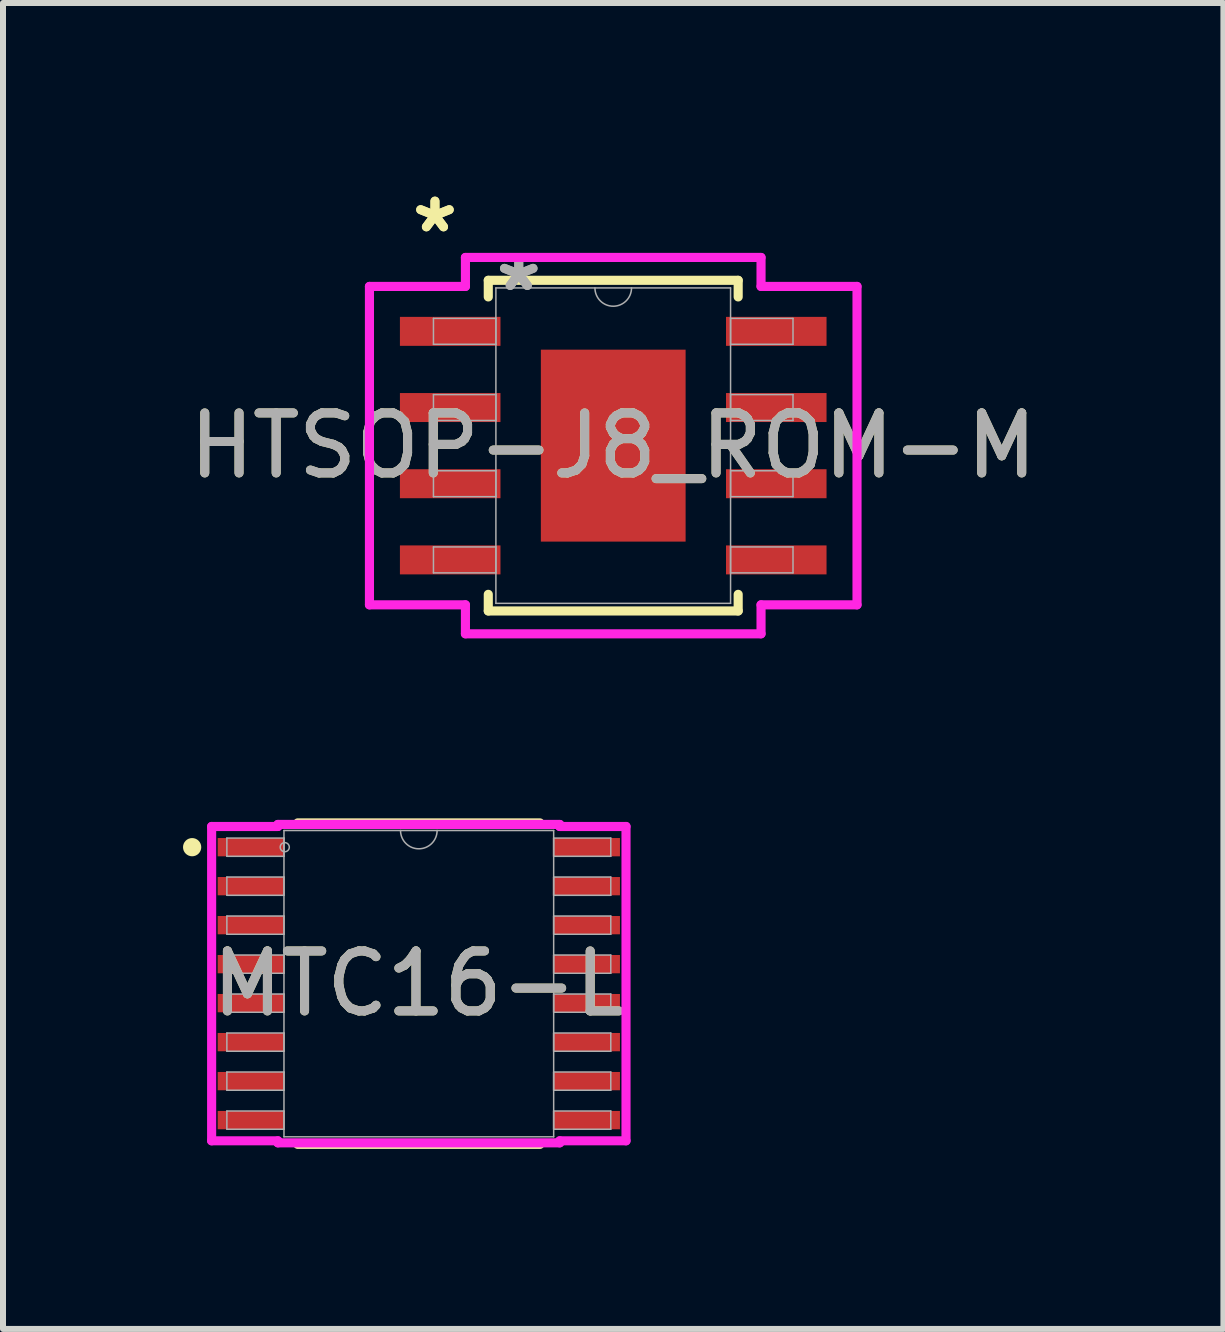
<source format=kicad_pcb>
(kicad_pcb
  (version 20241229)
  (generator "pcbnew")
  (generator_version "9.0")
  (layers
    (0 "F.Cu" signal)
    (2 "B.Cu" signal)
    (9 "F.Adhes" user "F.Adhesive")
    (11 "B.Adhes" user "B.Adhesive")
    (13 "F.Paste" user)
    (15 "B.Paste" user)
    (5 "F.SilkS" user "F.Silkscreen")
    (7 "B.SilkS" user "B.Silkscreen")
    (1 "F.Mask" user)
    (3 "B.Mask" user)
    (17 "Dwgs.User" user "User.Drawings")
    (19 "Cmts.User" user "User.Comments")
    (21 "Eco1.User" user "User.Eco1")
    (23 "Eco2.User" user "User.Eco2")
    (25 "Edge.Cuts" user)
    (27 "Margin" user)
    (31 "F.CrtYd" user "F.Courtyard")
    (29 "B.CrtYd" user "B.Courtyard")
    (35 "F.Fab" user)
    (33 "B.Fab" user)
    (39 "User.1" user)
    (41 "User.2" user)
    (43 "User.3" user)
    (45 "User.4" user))
  (footprint "HTSOP-J8_ROM-M"
    (layer "F.Cu")
    (at 7.173 4.379)
    (property "Reference" "HTSOP-J8_ROM-M" (at 0 0 0) (unlocked yes) (layer "F.SilkS") (effects (font (size 1 1) (thickness 0.15))))
    (attr smd)
    (fp_line (start -2.083 -2.756) (end -2.083 -2.479) (stroke (width 0.152) (type solid)) (layer "F.SilkS"))
    (fp_line (start -2.083 2.479) (end -2.083 2.756) (stroke (width 0.152) (type solid)) (layer "F.SilkS"))
    (fp_line (start -2.083 2.756) (end 2.083 2.756) (stroke (width 0.152) (type solid)) (layer "F.SilkS"))
    (fp_line (start 2.083 -2.756) (end -2.083 -2.756) (stroke (width 0.152) (type solid)) (layer "F.SilkS"))
    (fp_line (start 2.083 -2.479) (end 2.083 -2.756) (stroke (width 0.152) (type solid)) (layer "F.SilkS"))
    (fp_line (start 2.083 2.756) (end 2.083 2.479) (stroke (width 0.152) (type solid)) (layer "F.SilkS"))
    (fp_poly (pts (xy -1.107 -1.5) (xy -1.107 -0.1) (xy 1.107 -0.1) (xy 1.107 -1.5)) (stroke (width 0) (type solid)) (fill yes) (layer "F.Paste"))
    (fp_poly (pts (xy -1.107 0.1) (xy -1.107 1.5) (xy 1.107 1.5) (xy 1.107 0.1)) (stroke (width 0) (type solid)) (fill yes) (layer "F.Paste"))
    (fp_line (start -4.064 -2.654) (end -2.464 -2.654) (stroke (width 0.152) (type solid)) (layer "F.CrtYd"))
    (fp_line (start -4.064 2.654) (end -4.064 -2.654) (stroke (width 0.152) (type solid)) (layer "F.CrtYd"))
    (fp_line (start -4.064 2.654) (end -2.464 2.654) (stroke (width 0.152) (type solid)) (layer "F.CrtYd"))
    (fp_line (start -2.464 -3.137) (end 2.464 -3.137) (stroke (width 0.152) (type solid)) (layer "F.CrtYd"))
    (fp_line (start -2.464 -2.654) (end -2.464 -3.137) (stroke (width 0.152) (type solid)) (layer "F.CrtYd"))
    (fp_line (start -2.464 3.137) (end -2.464 2.654) (stroke (width 0.152) (type solid)) (layer "F.CrtYd"))
    (fp_line (start 2.464 -3.137) (end 2.464 -2.654) (stroke (width 0.152) (type solid)) (layer "F.CrtYd"))
    (fp_line (start 2.464 2.654) (end 2.464 3.137) (stroke (width 0.152) (type solid)) (layer "F.CrtYd"))
    (fp_line (start 2.464 3.137) (end -2.464 3.137) (stroke (width 0.152) (type solid)) (layer "F.CrtYd"))
    (fp_line (start 4.064 -2.654) (end 2.464 -2.654) (stroke (width 0.152) (type solid)) (layer "F.CrtYd"))
    (fp_line (start 4.064 -2.654) (end 4.064 2.654) (stroke (width 0.152) (type solid)) (layer "F.CrtYd"))
    (fp_line (start 4.064 2.654) (end 2.464 2.654) (stroke (width 0.152) (type solid)) (layer "F.CrtYd"))
    (fp_line (start -2.997 -2.121) (end -2.997 -1.689) (stroke (width 0.025) (type solid)) (layer "F.Fab"))
    (fp_line (start -2.997 -1.689) (end -1.956 -1.689) (stroke (width 0.025) (type solid)) (layer "F.Fab"))
    (fp_line (start -2.997 -0.851) (end -2.997 -0.419) (stroke (width 0.025) (type solid)) (layer "F.Fab"))
    (fp_line (start -2.997 -0.419) (end -1.956 -0.419) (stroke (width 0.025) (type solid)) (layer "F.Fab"))
    (fp_line (start -2.997 0.419) (end -2.997 0.851) (stroke (width 0.025) (type solid)) (layer "F.Fab"))
    (fp_line (start -2.997 0.851) (end -1.956 0.851) (stroke (width 0.025) (type solid)) (layer "F.Fab"))
    (fp_line (start -2.997 1.689) (end -2.997 2.121) (stroke (width 0.025) (type solid)) (layer "F.Fab"))
    (fp_line (start -2.997 2.121) (end -1.956 2.121) (stroke (width 0.025) (type solid)) (layer "F.Fab"))
    (fp_line (start -1.956 -2.629) (end -1.956 2.629) (stroke (width 0.025) (type solid)) (layer "F.Fab"))
    (fp_line (start -1.956 -2.121) (end -2.997 -2.121) (stroke (width 0.025) (type solid)) (layer "F.Fab"))
    (fp_line (start -1.956 -1.689) (end -1.956 -2.121) (stroke (width 0.025) (type solid)) (layer "F.Fab"))
    (fp_line (start -1.956 -0.851) (end -2.997 -0.851) (stroke (width 0.025) (type solid)) (layer "F.Fab"))
    (fp_line (start -1.956 -0.419) (end -1.956 -0.851) (stroke (width 0.025) (type solid)) (layer "F.Fab"))
    (fp_line (start -1.956 0.419) (end -2.997 0.419) (stroke (width 0.025) (type solid)) (layer "F.Fab"))
    (fp_line (start -1.956 0.851) (end -1.956 0.419) (stroke (width 0.025) (type solid)) (layer "F.Fab"))
    (fp_line (start -1.956 1.689) (end -2.997 1.689) (stroke (width 0.025) (type solid)) (layer "F.Fab"))
    (fp_line (start -1.956 2.121) (end -1.956 1.689) (stroke (width 0.025) (type solid)) (layer "F.Fab"))
    (fp_line (start -1.956 2.629) (end 1.956 2.629) (stroke (width 0.025) (type solid)) (layer "F.Fab"))
    (fp_line (start 1.956 -2.629) (end -1.956 -2.629) (stroke (width 0.025) (type solid)) (layer "F.Fab"))
    (fp_line (start 1.956 -2.121) (end 1.956 -1.689) (stroke (width 0.025) (type solid)) (layer "F.Fab"))
    (fp_line (start 1.956 -1.689) (end 2.997 -1.689) (stroke (width 0.025) (type solid)) (layer "F.Fab"))
    (fp_line (start 1.956 -0.851) (end 1.956 -0.419) (stroke (width 0.025) (type solid)) (layer "F.Fab"))
    (fp_line (start 1.956 -0.419) (end 2.997 -0.419) (stroke (width 0.025) (type solid)) (layer "F.Fab"))
    (fp_line (start 1.956 0.419) (end 1.956 0.851) (stroke (width 0.025) (type solid)) (layer "F.Fab"))
    (fp_line (start 1.956 0.851) (end 2.997 0.851) (stroke (width 0.025) (type solid)) (layer "F.Fab"))
    (fp_line (start 1.956 1.689) (end 1.956 2.121) (stroke (width 0.025) (type solid)) (layer "F.Fab"))
    (fp_line (start 1.956 2.121) (end 2.997 2.121) (stroke (width 0.025) (type solid)) (layer "F.Fab"))
    (fp_line (start 1.956 2.629) (end 1.956 -2.629) (stroke (width 0.025) (type solid)) (layer "F.Fab"))
    (fp_line (start 2.997 -2.121) (end 1.956 -2.121) (stroke (width 0.025) (type solid)) (layer "F.Fab"))
    (fp_line (start 2.997 -1.689) (end 2.997 -2.121) (stroke (width 0.025) (type solid)) (layer "F.Fab"))
    (fp_line (start 2.997 -0.851) (end 1.956 -0.851) (stroke (width 0.025) (type solid)) (layer "F.Fab"))
    (fp_line (start 2.997 -0.419) (end 2.997 -0.851) (stroke (width 0.025) (type solid)) (layer "F.Fab"))
    (fp_line (start 2.997 0.419) (end 1.956 0.419) (stroke (width 0.025) (type solid)) (layer "F.Fab"))
    (fp_line (start 2.997 0.851) (end 2.997 0.419) (stroke (width 0.025) (type solid)) (layer "F.Fab"))
    (fp_line (start 2.997 1.689) (end 1.956 1.689) (stroke (width 0.025) (type solid)) (layer "F.Fab"))
    (fp_line (start 2.997 2.121) (end 2.997 1.689) (stroke (width 0.025) (type solid)) (layer "F.Fab"))
    (fp_arc (start 0.3048 -2.6289) (mid 0 -2.3241) (end -0.3048 -2.6289) (stroke (width 0.0254) (type solid)) (layer "F.Fab"))
    (fp_text user "*" (at -2.972 -3.531 0) (layer "F.SilkS") (effects (font (size 1 1) (thickness 0.15))))
    (fp_text user "*" (at -2.972 -3.531 0) (unlocked yes) (layer "F.SilkS") (effects (font (size 1 1) (thickness 0.15))))
    (fp_text user "${REFERENCE}" (at 0 0 0) (unlocked yes) (layer "F.Fab") (effects (font (size 1 1) (thickness 0.15))))
    (fp_text user "*" (at -1.575 -2.553 0) (unlocked yes) (layer "F.Fab") (effects (font (size 1 1) (thickness 0.15))))
    (fp_text user "*" (at -1.575 -2.553 0) (layer "F.Fab") (effects (font (size 1 1) (thickness 0.15))))
    (pad "1" smd rect (at -2.718 -1.905) (size 1.676 0.483) (layers "F.Cu" "F.Mask" "F.Paste"))
    (pad "2" smd rect (at -2.718 -0.635) (size 1.676 0.483) (layers "F.Cu" "F.Mask" "F.Paste"))
    (pad "3" smd rect (at -2.718 0.635) (size 1.676 0.483) (layers "F.Cu" "F.Mask" "F.Paste"))
    (pad "4" smd rect (at -2.718 1.905) (size 1.676 0.483) (layers "F.Cu" "F.Mask" "F.Paste"))
    (pad "5" smd rect (at 2.718 1.905) (size 1.676 0.483) (layers "F.Cu" "F.Mask" "F.Paste"))
    (pad "6" smd rect (at 2.718 0.635) (size 1.676 0.483) (layers "F.Cu" "F.Mask" "F.Paste"))
    (pad "7" smd rect (at 2.718 -0.635) (size 1.676 0.483) (layers "F.Cu" "F.Mask" "F.Paste"))
    (pad "8" smd rect (at 2.718 -1.905) (size 1.676 0.483) (layers "F.Cu" "F.Mask" "F.Paste"))
    (pad "EPAD" smd rect (at 0 0) (size 2.413 3.2) (layers "F.Cu" "F.Mask")))
  (footprint "MTC16-L"
    (layer "F.Cu")
    (at 3.932 13.348)
    (property "Reference" "MTC16-L" (at 0 0 0) (unlocked yes) (layer "F.SilkS") (effects (font (size 1 1) (thickness 0.15))))
    (attr smd)
    (fp_line (start -2.018 2.68) (end 2.018 2.68) (stroke (width 0.152) (type solid)) (layer "F.SilkS"))
    (fp_line (start 2.018 -2.68) (end -2.018 -2.68) (stroke (width 0.152) (type solid)) (layer "F.SilkS"))
    (fp_circle (center -3.779 -2.275) (end -3.703 -2.275) (stroke (width 0.152) (type solid)) (fill no) (layer "F.SilkS"))
    (fp_line (start -3.454 -2.62) (end -2.349 -2.62) (stroke (width 0.152) (type solid)) (layer "F.CrtYd"))
    (fp_line (start -3.454 2.62) (end -3.454 -2.62) (stroke (width 0.152) (type solid)) (layer "F.CrtYd"))
    (fp_line (start -3.454 2.62) (end -2.349 2.62) (stroke (width 0.152) (type solid)) (layer "F.CrtYd"))
    (fp_line (start -2.349 -2.654) (end 2.349 -2.654) (stroke (width 0.152) (type solid)) (layer "F.CrtYd"))
    (fp_line (start -2.349 -2.62) (end -2.349 -2.654) (stroke (width 0.152) (type solid)) (layer "F.CrtYd"))
    (fp_line (start -2.349 2.654) (end -2.349 2.62) (stroke (width 0.152) (type solid)) (layer "F.CrtYd"))
    (fp_line (start 2.349 -2.654) (end 2.349 -2.62) (stroke (width 0.152) (type solid)) (layer "F.CrtYd"))
    (fp_line (start 2.349 2.62) (end 2.349 2.654) (stroke (width 0.152) (type solid)) (layer "F.CrtYd"))
    (fp_line (start 2.349 2.654) (end -2.349 2.654) (stroke (width 0.152) (type solid)) (layer "F.CrtYd"))
    (fp_line (start 3.454 -2.62) (end 2.349 -2.62) (stroke (width 0.152) (type solid)) (layer "F.CrtYd"))
    (fp_line (start 3.454 -2.62) (end 3.454 2.62) (stroke (width 0.152) (type solid)) (layer "F.CrtYd"))
    (fp_line (start 3.454 2.62) (end 2.349 2.62) (stroke (width 0.152) (type solid)) (layer "F.CrtYd"))
    (fp_line (start -3.2 -2.427) (end -3.2 -2.123) (stroke (width 0.025) (type solid)) (layer "F.Fab"))
    (fp_line (start -3.2 -2.123) (end -2.248 -2.123) (stroke (width 0.025) (type solid)) (layer "F.Fab"))
    (fp_line (start -3.2 -1.777) (end -3.2 -1.473) (stroke (width 0.025) (type solid)) (layer "F.Fab"))
    (fp_line (start -3.2 -1.473) (end -2.248 -1.473) (stroke (width 0.025) (type solid)) (layer "F.Fab"))
    (fp_line (start -3.2 -1.127) (end -3.2 -0.823) (stroke (width 0.025) (type solid)) (layer "F.Fab"))
    (fp_line (start -3.2 -0.823) (end -2.248 -0.823) (stroke (width 0.025) (type solid)) (layer "F.Fab"))
    (fp_line (start -3.2 -0.477) (end -3.2 -0.173) (stroke (width 0.025) (type solid)) (layer "F.Fab"))
    (fp_line (start -3.2 -0.173) (end -2.248 -0.173) (stroke (width 0.025) (type solid)) (layer "F.Fab"))
    (fp_line (start -3.2 0.173) (end -3.2 0.477) (stroke (width 0.025) (type solid)) (layer "F.Fab"))
    (fp_line (start -3.2 0.477) (end -2.248 0.477) (stroke (width 0.025) (type solid)) (layer "F.Fab"))
    (fp_line (start -3.2 0.823) (end -3.2 1.127) (stroke (width 0.025) (type solid)) (layer "F.Fab"))
    (fp_line (start -3.2 1.127) (end -2.248 1.127) (stroke (width 0.025) (type solid)) (layer "F.Fab"))
    (fp_line (start -3.2 1.473) (end -3.2 1.777) (stroke (width 0.025) (type solid)) (layer "F.Fab"))
    (fp_line (start -3.2 1.777) (end -2.248 1.777) (stroke (width 0.025) (type solid)) (layer "F.Fab"))
    (fp_line (start -3.2 2.123) (end -3.2 2.427) (stroke (width 0.025) (type solid)) (layer "F.Fab"))
    (fp_line (start -3.2 2.427) (end -2.248 2.427) (stroke (width 0.025) (type solid)) (layer "F.Fab"))
    (fp_line (start -2.248 -2.553) (end -2.248 2.553) (stroke (width 0.025) (type solid)) (layer "F.Fab"))
    (fp_line (start -2.248 -2.427) (end -3.2 -2.427) (stroke (width 0.025) (type solid)) (layer "F.Fab"))
    (fp_line (start -2.248 -2.123) (end -2.248 -2.427) (stroke (width 0.025) (type solid)) (layer "F.Fab"))
    (fp_line (start -2.248 -1.777) (end -3.2 -1.777) (stroke (width 0.025) (type solid)) (layer "F.Fab"))
    (fp_line (start -2.248 -1.473) (end -2.248 -1.777) (stroke (width 0.025) (type solid)) (layer "F.Fab"))
    (fp_line (start -2.248 -1.127) (end -3.2 -1.127) (stroke (width 0.025) (type solid)) (layer "F.Fab"))
    (fp_line (start -2.248 -0.823) (end -2.248 -1.127) (stroke (width 0.025) (type solid)) (layer "F.Fab"))
    (fp_line (start -2.248 -0.477) (end -3.2 -0.477) (stroke (width 0.025) (type solid)) (layer "F.Fab"))
    (fp_line (start -2.248 -0.173) (end -2.248 -0.477) (stroke (width 0.025) (type solid)) (layer "F.Fab"))
    (fp_line (start -2.248 0.173) (end -3.2 0.173) (stroke (width 0.025) (type solid)) (layer "F.Fab"))
    (fp_line (start -2.248 0.477) (end -2.248 0.173) (stroke (width 0.025) (type solid)) (layer "F.Fab"))
    (fp_line (start -2.248 0.823) (end -3.2 0.823) (stroke (width 0.025) (type solid)) (layer "F.Fab"))
    (fp_line (start -2.248 1.127) (end -2.248 0.823) (stroke (width 0.025) (type solid)) (layer "F.Fab"))
    (fp_line (start -2.248 1.473) (end -3.2 1.473) (stroke (width 0.025) (type solid)) (layer "F.Fab"))
    (fp_line (start -2.248 1.777) (end -2.248 1.473) (stroke (width 0.025) (type solid)) (layer "F.Fab"))
    (fp_line (start -2.248 2.123) (end -3.2 2.123) (stroke (width 0.025) (type solid)) (layer "F.Fab"))
    (fp_line (start -2.248 2.427) (end -2.248 2.123) (stroke (width 0.025) (type solid)) (layer "F.Fab"))
    (fp_line (start -2.248 2.553) (end 2.248 2.553) (stroke (width 0.025) (type solid)) (layer "F.Fab"))
    (fp_line (start 2.248 -2.553) (end -2.248 -2.553) (stroke (width 0.025) (type solid)) (layer "F.Fab"))
    (fp_line (start 2.248 -2.427) (end 2.248 -2.123) (stroke (width 0.025) (type solid)) (layer "F.Fab"))
    (fp_line (start 2.248 -2.123) (end 3.2 -2.123) (stroke (width 0.025) (type solid)) (layer "F.Fab"))
    (fp_line (start 2.248 -1.777) (end 2.248 -1.473) (stroke (width 0.025) (type solid)) (layer "F.Fab"))
    (fp_line (start 2.248 -1.473) (end 3.2 -1.473) (stroke (width 0.025) (type solid)) (layer "F.Fab"))
    (fp_line (start 2.248 -1.127) (end 2.248 -0.823) (stroke (width 0.025) (type solid)) (layer "F.Fab"))
    (fp_line (start 2.248 -0.823) (end 3.2 -0.823) (stroke (width 0.025) (type solid)) (layer "F.Fab"))
    (fp_line (start 2.248 -0.477) (end 2.248 -0.173) (stroke (width 0.025) (type solid)) (layer "F.Fab"))
    (fp_line (start 2.248 -0.173) (end 3.2 -0.173) (stroke (width 0.025) (type solid)) (layer "F.Fab"))
    (fp_line (start 2.248 0.173) (end 2.248 0.477) (stroke (width 0.025) (type solid)) (layer "F.Fab"))
    (fp_line (start 2.248 0.477) (end 3.2 0.477) (stroke (width 0.025) (type solid)) (layer "F.Fab"))
    (fp_line (start 2.248 0.823) (end 2.248 1.127) (stroke (width 0.025) (type solid)) (layer "F.Fab"))
    (fp_line (start 2.248 1.127) (end 3.2 1.127) (stroke (width 0.025) (type solid)) (layer "F.Fab"))
    (fp_line (start 2.248 1.473) (end 2.248 1.777) (stroke (width 0.025) (type solid)) (layer "F.Fab"))
    (fp_line (start 2.248 1.777) (end 3.2 1.777) (stroke (width 0.025) (type solid)) (layer "F.Fab"))
    (fp_line (start 2.248 2.123) (end 2.248 2.427) (stroke (width 0.025) (type solid)) (layer "F.Fab"))
    (fp_line (start 2.248 2.427) (end 3.2 2.427) (stroke (width 0.025) (type solid)) (layer "F.Fab"))
    (fp_line (start 2.248 2.553) (end 2.248 -2.553) (stroke (width 0.025) (type solid)) (layer "F.Fab"))
    (fp_line (start 3.2 -2.427) (end 2.248 -2.427) (stroke (width 0.025) (type solid)) (layer "F.Fab"))
    (fp_line (start 3.2 -2.123) (end 3.2 -2.427) (stroke (width 0.025) (type solid)) (layer "F.Fab"))
    (fp_line (start 3.2 -1.777) (end 2.248 -1.777) (stroke (width 0.025) (type solid)) (layer "F.Fab"))
    (fp_line (start 3.2 -1.473) (end 3.2 -1.777) (stroke (width 0.025) (type solid)) (layer "F.Fab"))
    (fp_line (start 3.2 -1.127) (end 2.248 -1.127) (stroke (width 0.025) (type solid)) (layer "F.Fab"))
    (fp_line (start 3.2 -0.823) (end 3.2 -1.127) (stroke (width 0.025) (type solid)) (layer "F.Fab"))
    (fp_line (start 3.2 -0.477) (end 2.248 -0.477) (stroke (width 0.025) (type solid)) (layer "F.Fab"))
    (fp_line (start 3.2 -0.173) (end 3.2 -0.477) (stroke (width 0.025) (type solid)) (layer "F.Fab"))
    (fp_line (start 3.2 0.173) (end 2.248 0.173) (stroke (width 0.025) (type solid)) (layer "F.Fab"))
    (fp_line (start 3.2 0.477) (end 3.2 0.173) (stroke (width 0.025) (type solid)) (layer "F.Fab"))
    (fp_line (start 3.2 0.823) (end 2.248 0.823) (stroke (width 0.025) (type solid)) (layer "F.Fab"))
    (fp_line (start 3.2 1.127) (end 3.2 0.823) (stroke (width 0.025) (type solid)) (layer "F.Fab"))
    (fp_line (start 3.2 1.473) (end 2.248 1.473) (stroke (width 0.025) (type solid)) (layer "F.Fab"))
    (fp_line (start 3.2 1.777) (end 3.2 1.473) (stroke (width 0.025) (type solid)) (layer "F.Fab"))
    (fp_line (start 3.2 2.123) (end 2.248 2.123) (stroke (width 0.025) (type solid)) (layer "F.Fab"))
    (fp_line (start 3.2 2.427) (end 3.2 2.123) (stroke (width 0.025) (type solid)) (layer "F.Fab"))
    (fp_arc (start 0.3048 -2.5527) (mid 0 -2.2479) (end -0.3048 -2.5527) (stroke (width 0.0254) (type solid)) (layer "F.Fab"))
    (fp_circle (center -2.235 -2.275) (end -2.159 -2.275) (stroke (width 0.025) (type solid)) (fill no) (layer "F.Fab"))
    (fp_text user "${REFERENCE}" (at 0 0 0) (unlocked yes) (layer "F.Fab") (effects (font (size 1 1) (thickness 0.15))))
    (pad "1" smd rect (at -2.794 -2.275) (size 1.118 0.305) (layers "F.Cu" "F.Mask" "F.Paste"))
    (pad "2" smd rect (at -2.794 -1.625) (size 1.118 0.305) (layers "F.Cu" "F.Mask" "F.Paste"))
    (pad "3" smd rect (at -2.794 -0.975) (size 1.118 0.305) (layers "F.Cu" "F.Mask" "F.Paste"))
    (pad "4" smd rect (at -2.794 -0.325) (size 1.118 0.305) (layers "F.Cu" "F.Mask" "F.Paste"))
    (pad "5" smd rect (at -2.794 0.325) (size 1.118 0.305) (layers "F.Cu" "F.Mask" "F.Paste"))
    (pad "6" smd rect (at -2.794 0.975) (size 1.118 0.305) (layers "F.Cu" "F.Mask" "F.Paste"))
    (pad "7" smd rect (at -2.794 1.625) (size 1.118 0.305) (layers "F.Cu" "F.Mask" "F.Paste"))
    (pad "8" smd rect (at -2.794 2.275) (size 1.118 0.305) (layers "F.Cu" "F.Mask" "F.Paste"))
    (pad "9" smd rect (at 2.794 2.275) (size 1.118 0.305) (layers "F.Cu" "F.Mask" "F.Paste"))
    (pad "10" smd rect (at 2.794 1.625) (size 1.118 0.305) (layers "F.Cu" "F.Mask" "F.Paste"))
    (pad "11" smd rect (at 2.794 0.975) (size 1.118 0.305) (layers "F.Cu" "F.Mask" "F.Paste"))
    (pad "12" smd rect (at 2.794 0.325) (size 1.118 0.305) (layers "F.Cu" "F.Mask" "F.Paste"))
    (pad "13" smd rect (at 2.794 -0.325) (size 1.118 0.305) (layers "F.Cu" "F.Mask" "F.Paste"))
    (pad "14" smd rect (at 2.794 -0.975) (size 1.118 0.305) (layers "F.Cu" "F.Mask" "F.Paste"))
    (pad "15" smd rect (at 2.794 -1.625) (size 1.118 0.305) (layers "F.Cu" "F.Mask" "F.Paste"))
    (pad "16" smd rect (at 2.794 -2.275) (size 1.118 0.305) (layers "F.Cu" "F.Mask" "F.Paste")))
  (gr_rect
    (start -3 -3)
    (end 17.345 19.104)
    (stroke (width 0.1) (type default))
    (fill no)
    (layer "Edge.Cuts")))
</source>
